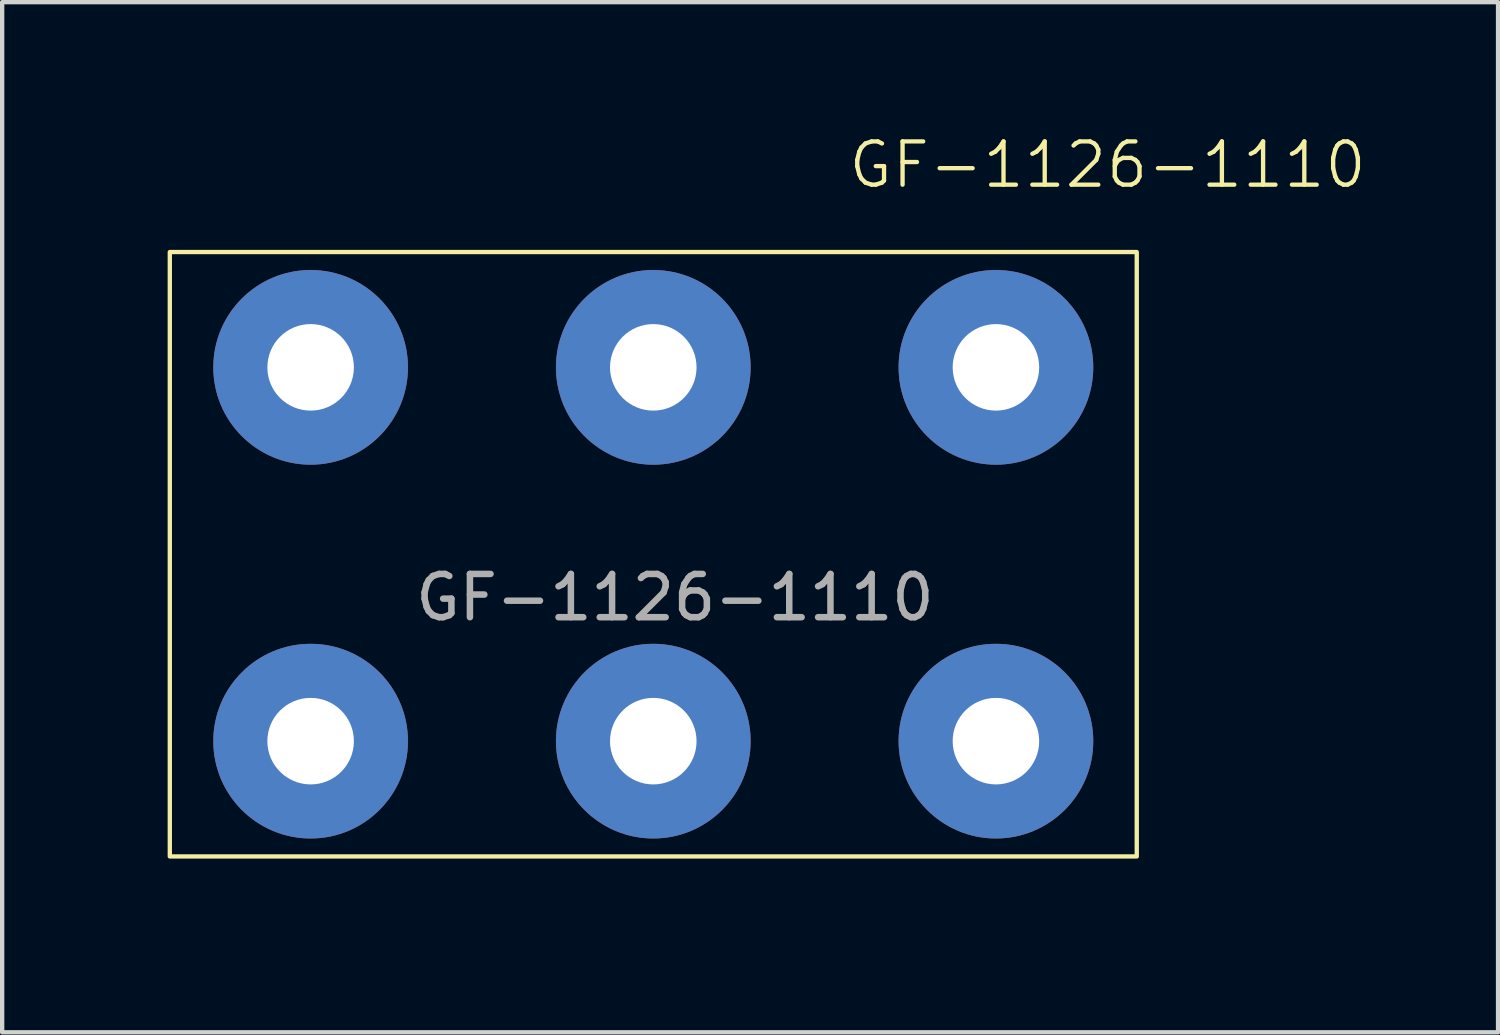
<source format=kicad_pcb>
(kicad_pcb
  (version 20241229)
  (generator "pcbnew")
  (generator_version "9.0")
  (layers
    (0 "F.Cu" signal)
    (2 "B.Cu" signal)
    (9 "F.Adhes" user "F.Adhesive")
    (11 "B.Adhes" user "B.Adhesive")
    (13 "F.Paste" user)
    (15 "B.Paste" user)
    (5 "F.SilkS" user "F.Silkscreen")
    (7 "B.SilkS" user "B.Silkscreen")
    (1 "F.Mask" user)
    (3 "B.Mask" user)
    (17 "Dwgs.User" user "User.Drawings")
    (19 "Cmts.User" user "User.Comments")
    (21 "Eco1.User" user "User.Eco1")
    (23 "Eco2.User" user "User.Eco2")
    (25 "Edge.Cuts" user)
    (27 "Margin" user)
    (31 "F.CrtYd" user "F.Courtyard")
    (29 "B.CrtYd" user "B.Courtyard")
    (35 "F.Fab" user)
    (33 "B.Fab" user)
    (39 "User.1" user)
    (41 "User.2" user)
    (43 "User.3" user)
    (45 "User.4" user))
  (footprint "GF-1126-1110"
    (layer "F.Cu")
    (at 12.05 9.761)
    (property "Reference" "GF-1126-1110" (at 10.5 -9 0) (unlocked yes) (layer "F.SilkS") (effects (font (size 1 1) (thickness 0.1))))
    (attr smd)
    (fp_rect (start -11.175 -6.985) (end 11.175 6.985) (stroke (width 0.1) (type solid)) (fill no) (layer "F.SilkS"))
    (fp_rect (start -12 -8) (end 12 8) (stroke (width 0.1) (type solid)) (fill no) (layer "Margin"))
    (fp_text user "${REFERENCE}" (at 0.5 1 0) (unlocked yes) (layer "F.Fab") (effects (font (size 1 1) (thickness 0.15))))
    (pad "1" thru_hole circle (at -7.92 -4.32) (size 4.5 4.5) (drill 2) (layers "*.Cu" "*.Mask"))
    (pad "1" thru_hole circle (at -7.92 4.32) (size 4.5 4.5) (drill 2) (layers "*.Cu" "*.Mask"))
    (pad "2" thru_hole circle (at 0 -4.32) (size 4.5 4.5) (drill 2) (layers "*.Cu" "*.Mask"))
    (pad "2" thru_hole circle (at 0 4.32) (size 4.5 4.5) (drill 2) (layers "*.Cu" "*.Mask"))
    (pad "3" thru_hole circle (at 7.92 -4.32) (size 4.5 4.5) (drill 2) (layers "*.Cu" "*.Mask"))
    (pad "3" thru_hole circle (at 7.92 4.32) (size 4.5 4.5) (drill 2) (layers "*.Cu" "*.Mask")))
  (gr_rect
    (start -3 -3)
    (end 31.576 20.811)
    (stroke (width 0.1) (type default))
    (fill no)
    (layer "Edge.Cuts")))
</source>
